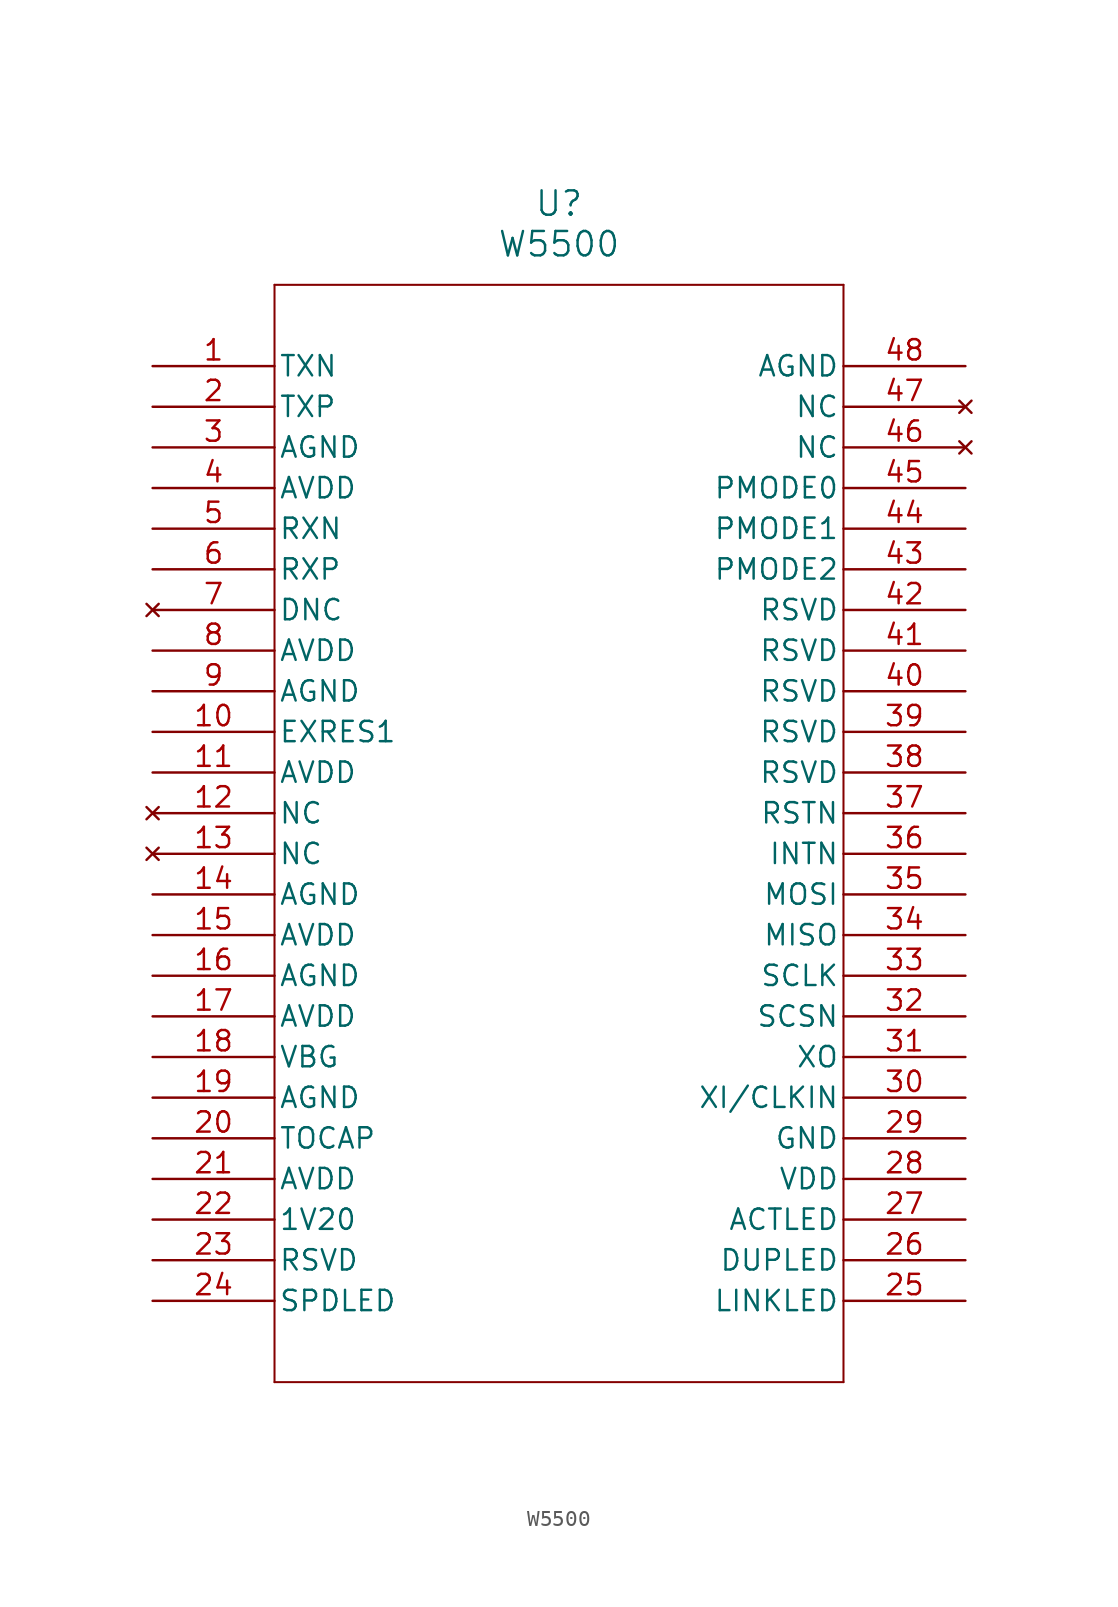
<source format=kicad_sym>
(kicad_symbol_lib
  (version 20211014)
  (generator kicad_symbol_editor)
  (symbol "W5500"
    (pin_names
      (offset 0.254))
    (property "Reference" "U"
      (at 25.4 10.16 0)
      (effects (font (size 1.524 1.524))))
    (property "Value" "W5500"
      (at 25.4 7.62 0)
      (effects (font (size 1.524 1.524))))
    (symbol "W5500_0_1"
      (polyline (pts (xy 7.62 5.08) (xy 7.62 -63.5)) (stroke (width 0.127) (type default) (color 0 0 0 0)) (fill (type none)))
      (polyline (pts (xy 7.62 -63.5) (xy 43.18 -63.5)) (stroke (width 0.127) (type default) (color 0 0 0 0)) (fill (type none)))
      (polyline (pts (xy 43.18 -63.5) (xy 43.18 5.08)) (stroke (width 0.127) (type default) (color 0 0 0 0)) (fill (type none)))
      (polyline (pts (xy 43.18 5.08) (xy 7.62 5.08)) (stroke (width 0.127) (type default) (color 0 0 0 0)) (fill (type none)))
      (pin unspecified line (at 0 0 0) (length 7.62) (name "TXN" (effects (font (size 1.27 1.27)))) (number "1" (effects (font (size 1.27 1.27)))))
      (pin unspecified line (at 0 -2.54 0) (length 7.62) (name "TXP" (effects (font (size 1.27 1.27)))) (number "2" (effects (font (size 1.27 1.27)))))
      (pin power_out line (at 0 -5.08 0) (length 7.62) (name "AGND" (effects (font (size 1.27 1.27)))) (number "3" (effects (font (size 1.27 1.27)))))
      (pin power_in line (at 0 -7.62 0) (length 7.62) (name "AVDD" (effects (font (size 1.27 1.27)))) (number "4" (effects (font (size 1.27 1.27)))))
      (pin unspecified line (at 0 -10.16 0) (length 7.62) (name "RXN" (effects (font (size 1.27 1.27)))) (number "5" (effects (font (size 1.27 1.27)))))
      (pin unspecified line (at 0 -12.7 0) (length 7.62) (name "RXP" (effects (font (size 1.27 1.27)))) (number "6" (effects (font (size 1.27 1.27)))))
      (pin no_connect line (at 0 -15.24 0) (length 7.62) (name "DNC" (effects (font (size 1.27 1.27)))) (number "7" (effects (font (size 1.27 1.27)))))
      (pin power_in line (at 0 -17.78 0) (length 7.62) (name "AVDD" (effects (font (size 1.27 1.27)))) (number "8" (effects (font (size 1.27 1.27)))))
      (pin power_out line (at 0 -20.32 0) (length 7.62) (name "AGND" (effects (font (size 1.27 1.27)))) (number "9" (effects (font (size 1.27 1.27)))))
      (pin unspecified line (at 0 -22.86 0) (length 7.62) (name "EXRES1" (effects (font (size 1.27 1.27)))) (number "10" (effects (font (size 1.27 1.27)))))
      (pin power_in line (at 0 -25.4 0) (length 7.62) (name "AVDD" (effects (font (size 1.27 1.27)))) (number "11" (effects (font (size 1.27 1.27)))))
      (pin no_connect line (at 0 -27.94 0) (length 7.62) (name "NC" (effects (font (size 1.27 1.27)))) (number "12" (effects (font (size 1.27 1.27)))))
      (pin no_connect line (at 0 -30.48 0) (length 7.62) (name "NC" (effects (font (size 1.27 1.27)))) (number "13" (effects (font (size 1.27 1.27)))))
      (pin power_out line (at 0 -33.02 0) (length 7.62) (name "AGND" (effects (font (size 1.27 1.27)))) (number "14" (effects (font (size 1.27 1.27)))))
      (pin power_in line (at 0 -35.56 0) (length 7.62) (name "AVDD" (effects (font (size 1.27 1.27)))) (number "15" (effects (font (size 1.27 1.27)))))
      (pin power_out line (at 0 -38.1 0) (length 7.62) (name "AGND" (effects (font (size 1.27 1.27)))) (number "16" (effects (font (size 1.27 1.27)))))
      (pin power_in line (at 0 -40.64 0) (length 7.62) (name "AVDD" (effects (font (size 1.27 1.27)))) (number "17" (effects (font (size 1.27 1.27)))))
      (pin unspecified line (at 0 -43.18 0) (length 7.62) (name "VBG" (effects (font (size 1.27 1.27)))) (number "18" (effects (font (size 1.27 1.27)))))
      (pin power_out line (at 0 -45.72 0) (length 7.62) (name "AGND" (effects (font (size 1.27 1.27)))) (number "19" (effects (font (size 1.27 1.27)))))
      (pin unspecified line (at 0 -48.26 0) (length 7.62) (name "TOCAP" (effects (font (size 1.27 1.27)))) (number "20" (effects (font (size 1.27 1.27)))))
      (pin power_in line (at 0 -50.8 0) (length 7.62) (name "AVDD" (effects (font (size 1.27 1.27)))) (number "21" (effects (font (size 1.27 1.27)))))
      (pin unspecified line (at 0 -53.34 0) (length 7.62) (name "1V20" (effects (font (size 1.27 1.27)))) (number "22" (effects (font (size 1.27 1.27)))))
      (pin unspecified line (at 0 -55.88 0) (length 7.62) (name "RSVD" (effects (font (size 1.27 1.27)))) (number "23" (effects (font (size 1.27 1.27)))))
      (pin unspecified line (at 0 -58.42 0) (length 7.62) (name "SPDLED" (effects (font (size 1.27 1.27)))) (number "24" (effects (font (size 1.27 1.27)))))
      (pin unspecified line (at 50.8 -58.42 180) (length 7.62) (name "LINKLED" (effects (font (size 1.27 1.27)))) (number "25" (effects (font (size 1.27 1.27)))))
      (pin unspecified line (at 50.8 -55.88 180) (length 7.62) (name "DUPLED" (effects (font (size 1.27 1.27)))) (number "26" (effects (font (size 1.27 1.27)))))
      (pin unspecified line (at 50.8 -53.34 180) (length 7.62) (name "ACTLED" (effects (font (size 1.27 1.27)))) (number "27" (effects (font (size 1.27 1.27)))))
      (pin power_in line (at 50.8 -50.8 180) (length 7.62) (name "VDD" (effects (font (size 1.27 1.27)))) (number "28" (effects (font (size 1.27 1.27)))))
      (pin power_out line (at 50.8 -48.26 180) (length 7.62) (name "GND" (effects (font (size 1.27 1.27)))) (number "29" (effects (font (size 1.27 1.27)))))
      (pin unspecified line (at 50.8 -45.72 180) (length 7.62) (name "XI/CLKIN" (effects (font (size 1.27 1.27)))) (number "30" (effects (font (size 1.27 1.27)))))
      (pin unspecified line (at 50.8 -43.18 180) (length 7.62) (name "XO" (effects (font (size 1.27 1.27)))) (number "31" (effects (font (size 1.27 1.27)))))
      (pin unspecified line (at 50.8 -40.64 180) (length 7.62) (name "SCSN" (effects (font (size 1.27 1.27)))) (number "32" (effects (font (size 1.27 1.27)))))
      (pin unspecified line (at 50.8 -38.1 180) (length 7.62) (name "SCLK" (effects (font (size 1.27 1.27)))) (number "33" (effects (font (size 1.27 1.27)))))
      (pin unspecified line (at 50.8 -35.56 180) (length 7.62) (name "MISO" (effects (font (size 1.27 1.27)))) (number "34" (effects (font (size 1.27 1.27)))))
      (pin unspecified line (at 50.8 -33.02 180) (length 7.62) (name "MOSI" (effects (font (size 1.27 1.27)))) (number "35" (effects (font (size 1.27 1.27)))))
      (pin unspecified line (at 50.8 -30.48 180) (length 7.62) (name "INTN" (effects (font (size 1.27 1.27)))) (number "36" (effects (font (size 1.27 1.27)))))
      (pin unspecified line (at 50.8 -27.94 180) (length 7.62) (name "RSTN" (effects (font (size 1.27 1.27)))) (number "37" (effects (font (size 1.27 1.27)))))
      (pin unspecified line (at 50.8 -25.4 180) (length 7.62) (name "RSVD" (effects (font (size 1.27 1.27)))) (number "38" (effects (font (size 1.27 1.27)))))
      (pin unspecified line (at 50.8 -22.86 180) (length 7.62) (name "RSVD" (effects (font (size 1.27 1.27)))) (number "39" (effects (font (size 1.27 1.27)))))
      (pin unspecified line (at 50.8 -20.32 180) (length 7.62) (name "RSVD" (effects (font (size 1.27 1.27)))) (number "40" (effects (font (size 1.27 1.27)))))
      (pin unspecified line (at 50.8 -17.78 180) (length 7.62) (name "RSVD" (effects (font (size 1.27 1.27)))) (number "41" (effects (font (size 1.27 1.27)))))
      (pin unspecified line (at 50.8 -15.24 180) (length 7.62) (name "RSVD" (effects (font (size 1.27 1.27)))) (number "42" (effects (font (size 1.27 1.27)))))
      (pin bidirectional line (at 50.8 -12.7 180) (length 7.62) (name "PMODE2" (effects (font (size 1.27 1.27)))) (number "43" (effects (font (size 1.27 1.27)))))
      (pin bidirectional line (at 50.8 -10.16 180) (length 7.62) (name "PMODE1" (effects (font (size 1.27 1.27)))) (number "44" (effects (font (size 1.27 1.27)))))
      (pin bidirectional line (at 50.8 -7.62 180) (length 7.62) (name "PMODE0" (effects (font (size 1.27 1.27)))) (number "45" (effects (font (size 1.27 1.27)))))
      (pin no_connect line (at 50.8 -5.08 180) (length 7.62) (name "NC" (effects (font (size 1.27 1.27)))) (number "46" (effects (font (size 1.27 1.27)))))
      (pin no_connect line (at 50.8 -2.54 180) (length 7.62) (name "NC" (effects (font (size 1.27 1.27)))) (number "47" (effects (font (size 1.27 1.27)))))
      (pin power_out line (at 50.8 0 180) (length 7.62) (name "AGND" (effects (font (size 1.27 1.27)))) (number "48" (effects (font (size 1.27 1.27))))))))
</source>
